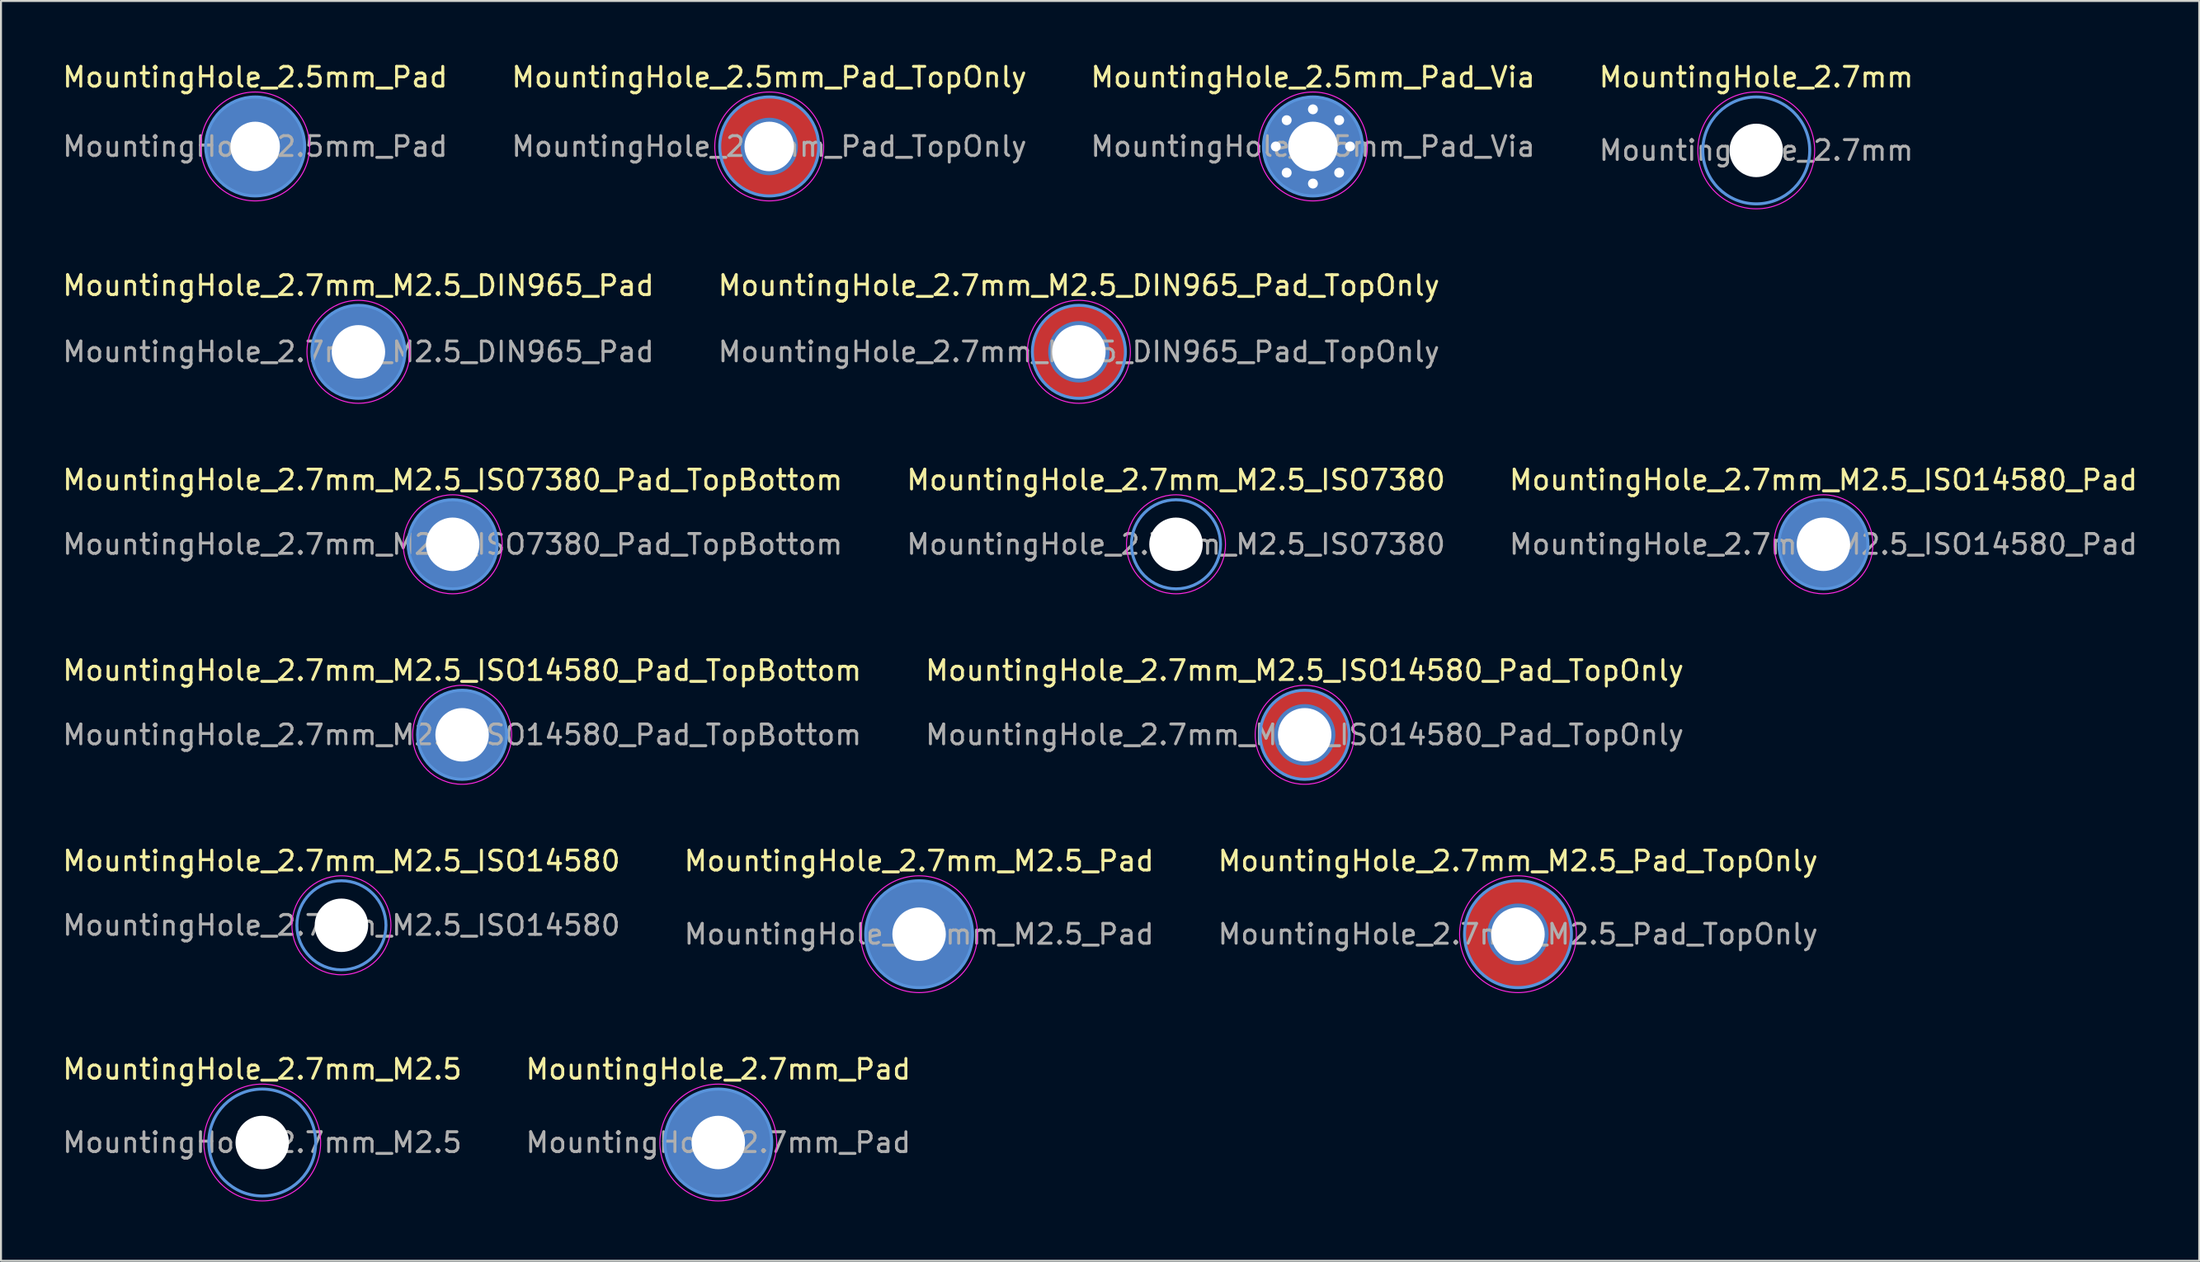
<source format=kicad_pcb>
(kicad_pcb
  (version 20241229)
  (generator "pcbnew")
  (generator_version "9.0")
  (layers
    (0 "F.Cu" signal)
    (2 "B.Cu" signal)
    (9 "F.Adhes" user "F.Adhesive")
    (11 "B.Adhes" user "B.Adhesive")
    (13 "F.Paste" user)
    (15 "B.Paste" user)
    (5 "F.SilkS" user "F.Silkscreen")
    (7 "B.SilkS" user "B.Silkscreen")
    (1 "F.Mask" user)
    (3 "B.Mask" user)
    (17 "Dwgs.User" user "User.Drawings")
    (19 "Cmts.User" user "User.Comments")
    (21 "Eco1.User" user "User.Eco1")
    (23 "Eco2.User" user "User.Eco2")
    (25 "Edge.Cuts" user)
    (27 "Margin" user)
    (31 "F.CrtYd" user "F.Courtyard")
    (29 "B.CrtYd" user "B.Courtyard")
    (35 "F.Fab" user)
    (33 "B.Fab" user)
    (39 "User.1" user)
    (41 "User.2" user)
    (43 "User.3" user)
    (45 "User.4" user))
  (footprint "MountingHole_2.7mm_M2.5_ISO14580_Pad_TopBottom"
    (layer "F.Cu")
    (at 20.292 34.068)
    (property "Reference" "MountingHole_2.7mm_M2.5_ISO14580_Pad_TopBottom" (at 0 -3.25 0) (layer "F.SilkS") (effects (font (size 1 1) (thickness 0.15))))
    (attr through_hole exclude_from_pos_files exclude_from_bom)
    (fp_circle (center 0 0) (end 2.25 0) (stroke (width 0.15) (type solid)) (fill no) (layer "Cmts.User"))
    (fp_circle (center 0 0) (end 2.5 0) (stroke (width 0.05) (type solid)) (fill no) (layer "F.CrtYd"))
    (fp_text user "${REFERENCE}" (at 0 0 0) (layer "F.Fab") (effects (font (size 1 1) (thickness 0.15))))
    (pad "" thru_hole circle (at 0 0) (size 3.1 3.1) (drill 2.7) (layers "*.Cu" "*.Mask"))
    (pad "" connect circle (at 0 0) (size 4.5 4.5) (layers "F.Cu" "F.Mask"))
    (pad "" connect circle (at 0 0) (size 4.5 4.5) (layers "B.Cu" "B.Mask")))
  (footprint "MountingHole_2.7mm_M2.5_Pad_TopOnly"
    (layer "F.Cu")
    (at 73.625 44.141)
    (property "Reference" "MountingHole_2.7mm_M2.5_Pad_TopOnly" (at 0 -3.7 0) (layer "F.SilkS") (effects (font (size 1 1) (thickness 0.15))))
    (attr through_hole exclude_from_pos_files exclude_from_bom)
    (fp_circle (center 0 0) (end 2.7 0) (stroke (width 0.15) (type solid)) (fill no) (layer "Cmts.User"))
    (fp_circle (center 0 0) (end 2.95 0) (stroke (width 0.05) (type solid)) (fill no) (layer "F.CrtYd"))
    (fp_text user "${REFERENCE}" (at 0 0 0) (layer "F.Fab") (effects (font (size 1 1) (thickness 0.15))))
    (pad "" thru_hole circle (at 0 0) (size 3.1 3.1) (drill 2.7) (layers "*.Cu" "*.Mask"))
    (pad "" connect circle (at 0 0) (size 5.4 5.4) (layers "F.Cu" "F.Mask")))
  (footprint "MountingHole_2.7mm_M2.5_ISO14580_Pad"
    (layer "F.Cu")
    (at 89.054 24.445)
    (property "Reference" "MountingHole_2.7mm_M2.5_ISO14580_Pad" (at 0 -3.25 0) (layer "F.SilkS") (effects (font (size 1 1) (thickness 0.15))))
    (attr exclude_from_pos_files exclude_from_bom)
    (fp_circle (center 0 0) (end 2.25 0) (stroke (width 0.15) (type solid)) (fill no) (layer "Cmts.User"))
    (fp_circle (center 0 0) (end 2.5 0) (stroke (width 0.05) (type solid)) (fill no) (layer "F.CrtYd"))
    (fp_text user "${REFERENCE}" (at 0 0 0) (layer "F.Fab") (effects (font (size 1 1) (thickness 0.15))))
    (pad "" thru_hole circle (at 0 0) (size 4.5 4.5) (drill 2.7) (layers "*.Cu" "*.Mask")))
  (footprint "MountingHole_2.7mm_M2.5_ISO7380_Pad_TopBottom"
    (layer "F.Cu")
    (at 19.815 24.445)
    (property "Reference" "MountingHole_2.7mm_M2.5_ISO7380_Pad_TopBottom" (at 0 -3.25 0) (layer "F.SilkS") (effects (font (size 1 1) (thickness 0.15))))
    (attr exclude_from_pos_files exclude_from_bom)
    (fp_circle (center 0 0) (end 2.25 0) (stroke (width 0.15) (type solid)) (fill no) (layer "Cmts.User"))
    (fp_circle (center 0 0) (end 2.5 0) (stroke (width 0.05) (type solid)) (fill no) (layer "F.CrtYd"))
    (fp_text user "${REFERENCE}" (at 0 0 0) (layer "F.Fab") (effects (font (size 1 1) (thickness 0.15))))
    (pad "" thru_hole circle (at 0 0) (size 3.1 3.1) (drill 2.7) (layers "*.Cu" "*.Mask"))
    (pad "" connect circle (at 0 0) (size 4.5 4.5) (layers "F.Cu" "F.Mask"))
    (pad "" connect circle (at 0 0) (size 4.5 4.5) (layers "B.Cu" "B.Mask")))
  (footprint "MountingHole_2.7mm_M2.5_DIN965_Pad"
    (layer "F.Cu")
    (at 15.054 14.722)
    (property "Reference" "MountingHole_2.7mm_M2.5_DIN965_Pad" (at 0 -3.35 0) (layer "F.SilkS") (effects (font (size 1 1) (thickness 0.15))))
    (attr exclude_from_pos_files exclude_from_bom)
    (fp_circle (center 0 0) (end 2.35 0) (stroke (width 0.15) (type solid)) (fill no) (layer "Cmts.User"))
    (fp_circle (center 0 0) (end 2.6 0) (stroke (width 0.05) (type solid)) (fill no) (layer "F.CrtYd"))
    (fp_text user "${REFERENCE}" (at 0 0 0) (layer "F.Fab") (effects (font (size 1 1) (thickness 0.15))))
    (pad "" thru_hole circle (at 0 0) (size 4.7 4.7) (drill 2.7) (layers "*.Cu" "*.Mask")))
  (footprint "MountingHole_2.7mm"
    (layer "F.Cu")
    (at 85.661 4.548)
    (property "Reference" "MountingHole_2.7mm" (at 0 -3.7 0) (layer "F.SilkS") (effects (font (size 1 1) (thickness 0.15))))
    (attr through_hole exclude_from_pos_files exclude_from_bom)
    (fp_circle (center 0 0) (end 2.7 0) (stroke (width 0.15) (type solid)) (fill no) (layer "Cmts.User"))
    (fp_circle (center 0 0) (end 2.95 0) (stroke (width 0.05) (type solid)) (fill no) (layer "F.CrtYd"))
    (fp_text user "${REFERENCE}" (at 0 0 0) (layer "F.Fab") (effects (font (size 1 1) (thickness 0.15))))
    (pad "" np_thru_hole circle (at 0 0) (size 2.7 2.7) (drill 2.7) (layers "*.Cu" "*.Mask")))
  (footprint "MountingHole_2.7mm_M2.5_Pad"
    (layer "F.Cu")
    (at 43.375 44.141)
    (property "Reference" "MountingHole_2.7mm_M2.5_Pad" (at 0 -3.7 0) (layer "F.SilkS") (effects (font (size 1 1) (thickness 0.15))))
    (attr through_hole exclude_from_pos_files exclude_from_bom)
    (fp_circle (center 0 0) (end 2.7 0) (stroke (width 0.15) (type solid)) (fill no) (layer "Cmts.User"))
    (fp_circle (center 0 0) (end 2.95 0) (stroke (width 0.05) (type solid)) (fill no) (layer "F.CrtYd"))
    (fp_text user "${REFERENCE}" (at 0 0 0) (layer "F.Fab") (effects (font (size 1 1) (thickness 0.15))))
    (pad "" thru_hole circle (at 0 0) (size 5.4 5.4) (drill 2.7) (layers "*.Cu" "*.Mask")))
  (footprint "MountingHole_2.7mm_M2.5_DIN965_Pad_TopOnly"
    (layer "F.Cu")
    (at 51.446 14.722)
    (property "Reference" "MountingHole_2.7mm_M2.5_DIN965_Pad_TopOnly" (at 0 -3.35 0) (layer "F.SilkS") (effects (font (size 1 1) (thickness 0.15))))
    (attr exclude_from_pos_files exclude_from_bom)
    (fp_circle (center 0 0) (end 2.35 0) (stroke (width 0.15) (type solid)) (fill no) (layer "Cmts.User"))
    (fp_circle (center 0 0) (end 2.6 0) (stroke (width 0.05) (type solid)) (fill no) (layer "F.CrtYd"))
    (fp_text user "${REFERENCE}" (at 0 0 0) (layer "F.Fab") (effects (font (size 1 1) (thickness 0.15))))
    (pad "" thru_hole circle (at 0 0) (size 3.1 3.1) (drill 2.7) (layers "*.Cu" "*.Mask"))
    (pad "" connect circle (at 0 0) (size 4.7 4.7) (layers "F.Cu" "F.Mask")))
  (footprint "MountingHole_2.7mm_M2.5_ISO7380"
    (layer "F.Cu")
    (at 56.351 24.445)
    (property "Reference" "MountingHole_2.7mm_M2.5_ISO7380" (at 0 -3.25 0) (layer "F.SilkS") (effects (font (size 1 1) (thickness 0.15))))
    (attr exclude_from_pos_files exclude_from_bom)
    (fp_circle (center 0 0) (end 2.25 0) (stroke (width 0.15) (type solid)) (fill no) (layer "Cmts.User"))
    (fp_circle (center 0 0) (end 2.5 0) (stroke (width 0.05) (type solid)) (fill no) (layer "F.CrtYd"))
    (fp_text user "${REFERENCE}" (at 0 0 0) (layer "F.Fab") (effects (font (size 1 1) (thickness 0.15))))
    (pad "" np_thru_hole circle (at 0 0) (size 2.7 2.7) (drill 2.7) (layers "*.Cu" "*.Mask")))
  (footprint "MountingHole_2.7mm_M2.5_ISO14580_Pad_TopOnly"
    (layer "F.Cu")
    (at 62.851 34.068)
    (property "Reference" "MountingHole_2.7mm_M2.5_ISO14580_Pad_TopOnly" (at 0 -3.25 0) (layer "F.SilkS") (effects (font (size 1 1) (thickness 0.15))))
    (attr through_hole exclude_from_pos_files exclude_from_bom)
    (fp_circle (center 0 0) (end 2.25 0) (stroke (width 0.15) (type solid)) (fill no) (layer "Cmts.User"))
    (fp_circle (center 0 0) (end 2.5 0) (stroke (width 0.05) (type solid)) (fill no) (layer "F.CrtYd"))
    (fp_text user "${REFERENCE}" (at 0 0 0) (layer "F.Fab") (effects (font (size 1 1) (thickness 0.15))))
    (pad "" thru_hole circle (at 0 0) (size 3.1 3.1) (drill 2.7) (layers "*.Cu" "*.Mask"))
    (pad "" connect circle (at 0 0) (size 4.5 4.5) (layers "F.Cu" "F.Mask")))
  (footprint "MountingHole_2.5mm_Pad_Via"
    (layer "F.Cu")
    (at 63.268 4.348)
    (property "Reference" "MountingHole_2.5mm_Pad_Via" (at 0 -3.5 0) (layer "F.SilkS") (effects (font (size 1 1) (thickness 0.15))))
    (attr exclude_from_pos_files exclude_from_bom)
    (fp_circle (center 0 0) (end 2.5 0) (stroke (width 0.15) (type solid)) (fill no) (layer "Cmts.User"))
    (fp_circle (center 0 0) (end 2.75 0) (stroke (width 0.05) (type solid)) (fill no) (layer "F.CrtYd"))
    (fp_text user "${REFERENCE}" (at 0 0 0) (layer "F.Fab") (effects (font (size 1 1) (thickness 0.15))))
    (pad "1" thru_hole circle (at -1.875 0) (size 0.8 0.8) (drill 0.5) (layers "*.Cu" "*.Mask"))
    (pad "1" thru_hole circle (at -1.326 -1.326) (size 0.8 0.8) (drill 0.5) (layers "*.Cu" "*.Mask"))
    (pad "1" thru_hole circle (at -1.326 1.326) (size 0.8 0.8) (drill 0.5) (layers "*.Cu" "*.Mask"))
    (pad "1" thru_hole circle (at 0 -1.875) (size 0.8 0.8) (drill 0.5) (layers "*.Cu" "*.Mask"))
    (pad "1" thru_hole circle (at 0 0) (size 5 5) (drill 2.5) (layers "*.Cu" "*.Mask"))
    (pad "1" thru_hole circle (at 0 1.875) (size 0.8 0.8) (drill 0.5) (layers "*.Cu" "*.Mask"))
    (pad "1" thru_hole circle (at 1.326 -1.326) (size 0.8 0.8) (drill 0.5) (layers "*.Cu" "*.Mask"))
    (pad "1" thru_hole circle (at 1.326 1.326) (size 0.8 0.8) (drill 0.5) (layers "*.Cu" "*.Mask"))
    (pad "1" thru_hole circle (at 1.875 0) (size 0.8 0.8) (drill 0.5) (layers "*.Cu" "*.Mask")))
  (footprint "MountingHole_2.5mm_Pad_TopOnly"
    (layer "F.Cu")
    (at 35.804 4.348)
    (property "Reference" "MountingHole_2.5mm_Pad_TopOnly" (at 0 -3.5 0) (layer "F.SilkS") (effects (font (size 1 1) (thickness 0.15))))
    (attr exclude_from_pos_files exclude_from_bom)
    (fp_circle (center 0 0) (end 2.5 0) (stroke (width 0.15) (type solid)) (fill no) (layer "Cmts.User"))
    (fp_circle (center 0 0) (end 2.75 0) (stroke (width 0.05) (type solid)) (fill no) (layer "F.CrtYd"))
    (fp_text user "${REFERENCE}" (at 0 0 0) (layer "F.Fab") (effects (font (size 1 1) (thickness 0.15))))
    (pad "1" thru_hole circle (at 0 0) (size 2.9 2.9) (drill 2.5) (layers "*.Cu" "*.Mask"))
    (pad "1" connect circle (at 0 0) (size 5 5) (layers "F.Cu" "F.Mask")))
  (footprint "MountingHole_2.7mm_M2.5"
    (layer "F.Cu")
    (at 10.196 54.664)
    (property "Reference" "MountingHole_2.7mm_M2.5" (at 0 -3.7 0) (layer "F.SilkS") (effects (font (size 1 1) (thickness 0.15))))
    (attr through_hole exclude_from_pos_files exclude_from_bom)
    (fp_circle (center 0 0) (end 2.7 0) (stroke (width 0.15) (type solid)) (fill no) (layer "Cmts.User"))
    (fp_circle (center 0 0) (end 2.95 0) (stroke (width 0.05) (type solid)) (fill no) (layer "F.CrtYd"))
    (fp_text user "${REFERENCE}" (at 0 0 0) (layer "F.Fab") (effects (font (size 1 1) (thickness 0.15))))
    (pad "" np_thru_hole circle (at 0 0) (size 2.7 2.7) (drill 2.7) (layers "*.Cu" "*.Mask")))
  (footprint "MountingHole_2.7mm_M2.5_ISO14580"
    (layer "F.Cu")
    (at 14.196 43.691)
    (property "Reference" "MountingHole_2.7mm_M2.5_ISO14580" (at 0 -3.25 0) (layer "F.SilkS") (effects (font (size 1 1) (thickness 0.15))))
    (attr through_hole exclude_from_pos_files exclude_from_bom)
    (fp_circle (center 0 0) (end 2.25 0) (stroke (width 0.15) (type solid)) (fill no) (layer "Cmts.User"))
    (fp_circle (center 0 0) (end 2.5 0) (stroke (width 0.05) (type solid)) (fill no) (layer "F.CrtYd"))
    (fp_text user "${REFERENCE}" (at 0 0 0) (layer "F.Fab") (effects (font (size 1 1) (thickness 0.15))))
    (pad "" np_thru_hole circle (at 0 0) (size 2.7 2.7) (drill 2.7) (layers "*.Cu" "*.Mask")))
  (footprint "MountingHole_2.7mm_Pad"
    (layer "F.Cu")
    (at 33.232 54.664)
    (property "Reference" "MountingHole_2.7mm_Pad" (at 0 -3.7 0) (layer "F.SilkS") (effects (font (size 1 1) (thickness 0.15))))
    (attr exclude_from_pos_files exclude_from_bom)
    (fp_circle (center 0 0) (end 2.7 0) (stroke (width 0.15) (type solid)) (fill no) (layer "Cmts.User"))
    (fp_circle (center 0 0) (end 2.95 0) (stroke (width 0.05) (type solid)) (fill no) (layer "F.CrtYd"))
    (fp_text user "${REFERENCE}" (at 0 0 0) (layer "F.Fab") (effects (font (size 1 1) (thickness 0.15))))
    (pad "" thru_hole circle (at 0 0) (size 5.4 5.4) (drill 2.7) (layers "*.Cu" "*.Mask")))
  (footprint "MountingHole_2.5mm_Pad"
    (layer "F.Cu")
    (at 9.839 4.348)
    (property "Reference" "MountingHole_2.5mm_Pad" (at 0 -3.5 0) (layer "F.SilkS") (effects (font (size 1 1) (thickness 0.15))))
    (attr exclude_from_pos_files exclude_from_bom)
    (fp_circle (center 0 0) (end 2.5 0) (stroke (width 0.15) (type solid)) (fill no) (layer "Cmts.User"))
    (fp_circle (center 0 0) (end 2.75 0) (stroke (width 0.05) (type solid)) (fill no) (layer "F.CrtYd"))
    (fp_text user "${REFERENCE}" (at 0 0 0) (layer "F.Fab") (effects (font (size 1 1) (thickness 0.15))))
    (pad "1" thru_hole circle (at 0 0) (size 5 5) (drill 2.5) (layers "*.Cu" "*.Mask")))
  (gr_rect
    (start -3 -3)
    (end 108.036 60.639)
    (stroke (width 0.1) (type default))
    (fill no)
    (layer "Edge.Cuts")))
</source>
